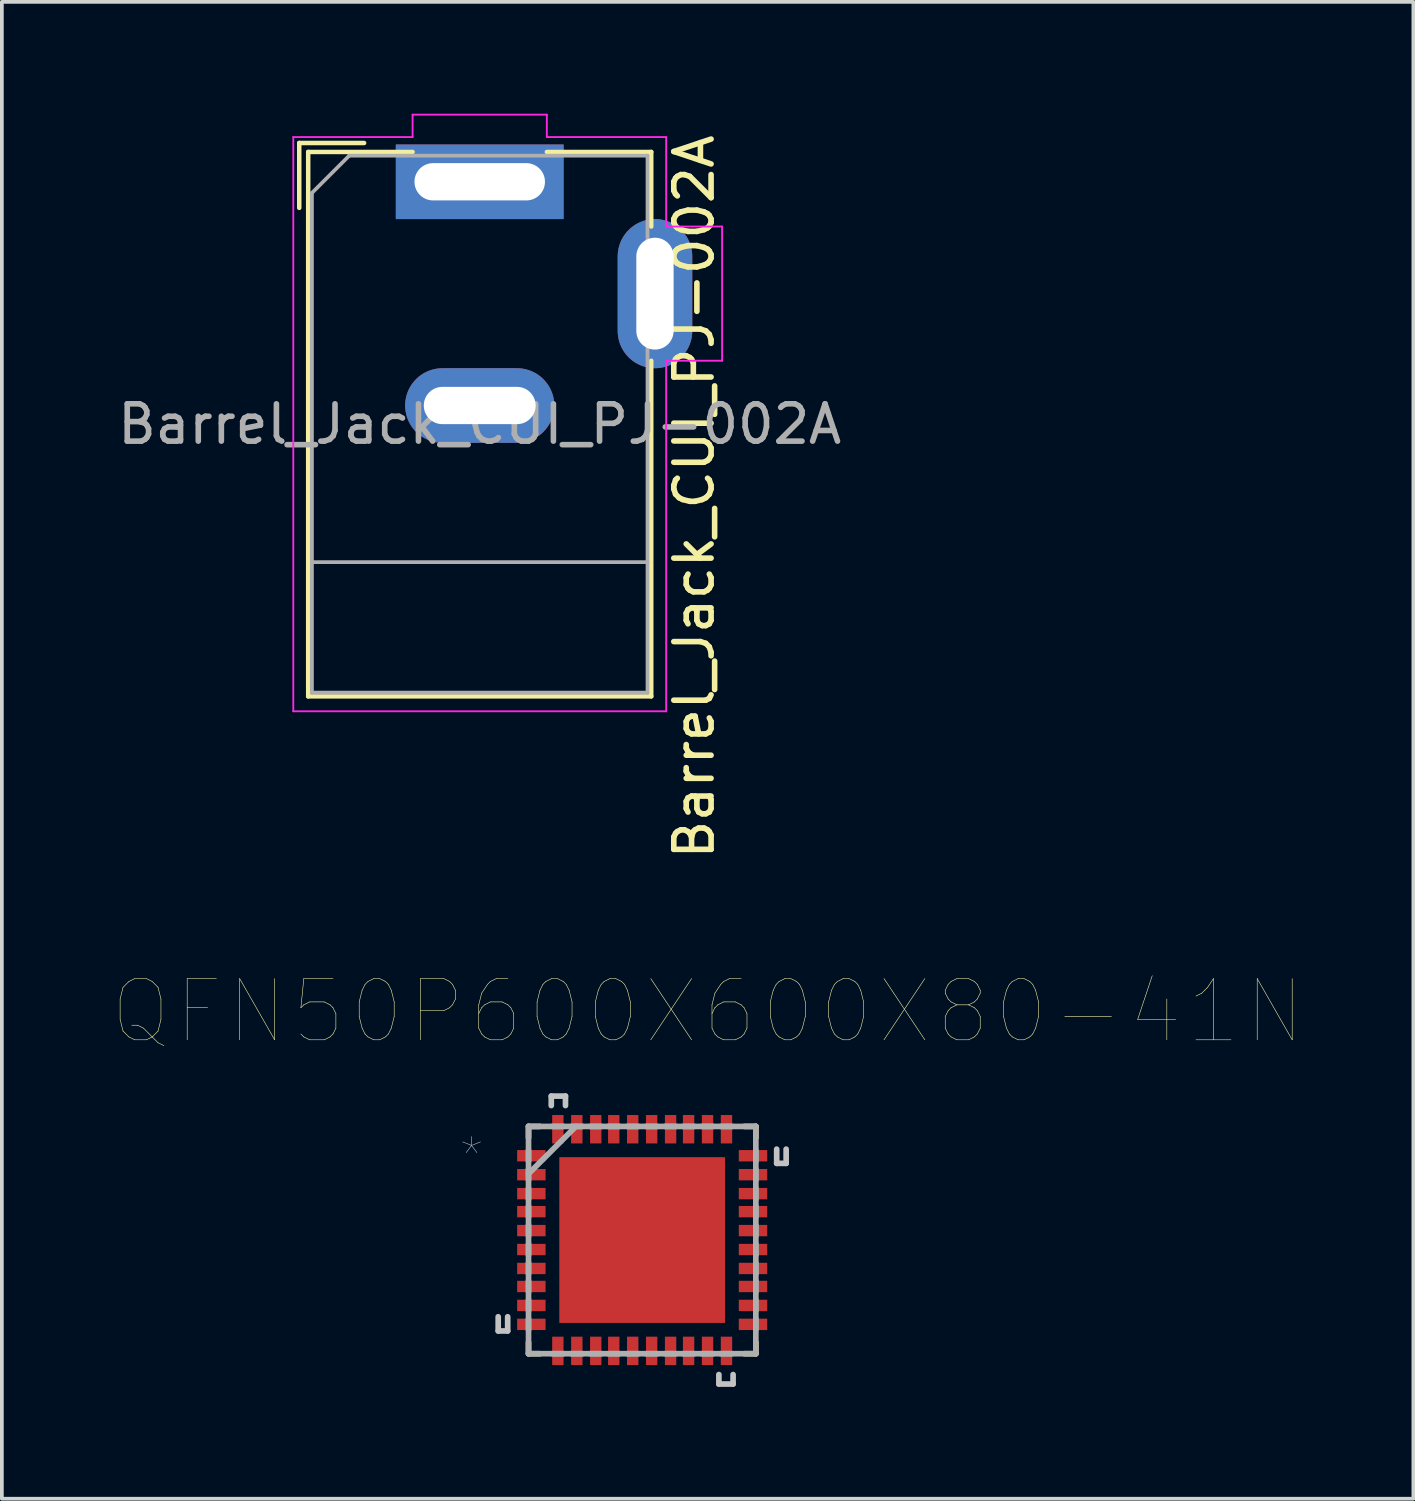
<source format=kicad_pcb>
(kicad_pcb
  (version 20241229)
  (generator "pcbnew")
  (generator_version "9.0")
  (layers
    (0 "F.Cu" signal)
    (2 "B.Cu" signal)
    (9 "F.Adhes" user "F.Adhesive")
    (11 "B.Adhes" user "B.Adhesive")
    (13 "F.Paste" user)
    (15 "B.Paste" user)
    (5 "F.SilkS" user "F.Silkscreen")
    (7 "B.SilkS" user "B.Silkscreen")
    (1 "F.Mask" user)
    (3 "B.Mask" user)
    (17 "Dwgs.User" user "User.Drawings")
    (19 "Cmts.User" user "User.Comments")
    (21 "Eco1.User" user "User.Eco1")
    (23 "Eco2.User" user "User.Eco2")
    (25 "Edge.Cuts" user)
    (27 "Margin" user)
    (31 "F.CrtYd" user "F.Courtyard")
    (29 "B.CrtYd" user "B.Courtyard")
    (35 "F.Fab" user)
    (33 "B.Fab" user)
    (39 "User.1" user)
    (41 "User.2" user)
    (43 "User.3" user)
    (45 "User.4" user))
  (footprint "Barrel_Jack_CUI_PJ-002A"
    (layer "F.Cu")
    (at 9.815 1.825)
    (property "Reference" "Barrel_Jack_CUI_PJ-002A" (at 5.75 8.45 90) (layer "F.SilkS") (effects (font (size 1 1) (thickness 0.15))))
    (attr through_hole)
    (fp_line (start -4.84 -1.04) (end -3.1 -1.04) (stroke (width 0.12) (type solid)) (layer "F.SilkS"))
    (fp_line (start -4.84 0.7) (end -4.84 -1.04) (stroke (width 0.12) (type solid)) (layer "F.SilkS"))
    (fp_line (start -4.6 -0.8) (end -1.8 -0.8) (stroke (width 0.12) (type solid)) (layer "F.SilkS"))
    (fp_line (start -4.6 13.8) (end -4.6 -0.8) (stroke (width 0.12) (type solid)) (layer "F.SilkS"))
    (fp_line (start 1.8 -0.8) (end 4.6 -0.8) (stroke (width 0.12) (type solid)) (layer "F.SilkS"))
    (fp_line (start 4.6 -0.8) (end 4.6 1.2) (stroke (width 0.12) (type solid)) (layer "F.SilkS"))
    (fp_line (start 4.6 4.8) (end 4.6 13.8) (stroke (width 0.12) (type solid)) (layer "F.SilkS"))
    (fp_line (start 4.6 13.8) (end -4.6 13.8) (stroke (width 0.12) (type solid)) (layer "F.SilkS"))
    (fp_line (start -5 -1.2) (end -1.8 -1.2) (stroke (width 0.05) (type solid)) (layer "F.CrtYd"))
    (fp_line (start -5 14.2) (end -5 -1.2) (stroke (width 0.05) (type solid)) (layer "F.CrtYd"))
    (fp_line (start -1.8 -1.8) (end 1.8 -1.8) (stroke (width 0.05) (type solid)) (layer "F.CrtYd"))
    (fp_line (start -1.8 -1.2) (end -1.8 -1.8) (stroke (width 0.05) (type solid)) (layer "F.CrtYd"))
    (fp_line (start 1.8 -1.8) (end 1.8 -1.2) (stroke (width 0.05) (type solid)) (layer "F.CrtYd"))
    (fp_line (start 1.8 -1.2) (end 5 -1.2) (stroke (width 0.05) (type solid)) (layer "F.CrtYd"))
    (fp_line (start 5 -1.2) (end 5 1.2) (stroke (width 0.05) (type solid)) (layer "F.CrtYd"))
    (fp_line (start 5 1.2) (end 6.5 1.2) (stroke (width 0.05) (type solid)) (layer "F.CrtYd"))
    (fp_line (start 5 4.8) (end 5 14.2) (stroke (width 0.05) (type solid)) (layer "F.CrtYd"))
    (fp_line (start 5 14.2) (end -5 14.2) (stroke (width 0.05) (type solid)) (layer "F.CrtYd"))
    (fp_line (start 6.5 1.2) (end 6.5 4.8) (stroke (width 0.05) (type solid)) (layer "F.CrtYd"))
    (fp_line (start 6.5 4.8) (end 5 4.8) (stroke (width 0.05) (type solid)) (layer "F.CrtYd"))
    (fp_line (start -4.5 0.3) (end -3.5 -0.7) (stroke (width 0.1) (type solid)) (layer "F.Fab"))
    (fp_line (start -4.5 10.2) (end 4.5 10.2) (stroke (width 0.1) (type solid)) (layer "F.Fab"))
    (fp_line (start -4.5 13.7) (end -4.5 0.3) (stroke (width 0.1) (type solid)) (layer "F.Fab"))
    (fp_line (start -3.5 -0.7) (end 4.5 -0.7) (stroke (width 0.1) (type solid)) (layer "F.Fab"))
    (fp_line (start 4.5 -0.7) (end 4.5 13.7) (stroke (width 0.1) (type solid)) (layer "F.Fab"))
    (fp_line (start 4.5 13.7) (end -4.5 13.7) (stroke (width 0.1) (type solid)) (layer "F.Fab"))
    (fp_text user "${REFERENCE}" (at 0 6.5 0) (layer "F.Fab") (effects (font (size 1 1) (thickness 0.15))))
    (pad "1" thru_hole rect (at 0 0) (size 4.5 2) (drill oval 3.5 1) (layers "*.Cu" "*.Mask"))
    (pad "2" thru_hole oval (at 0 6) (size 4 2) (drill oval 3 1) (layers "*.Cu" "*.Mask"))
    (pad "3" thru_hole oval (at 4.7 3) (size 2 4) (drill oval 1 3) (layers "*.Cu" "*.Mask")))
  (footprint "QFN50P600X600X80-41N"
    (layer "F.Cu")
    (at 14.172 30.206)
    (property "Reference" "QFN50P600X600X80-41N" (at 1.755 -6.129 0) (layer "F.SilkS") (effects (font (size 1.642 1.642) (thickness 0.015))))
    (attr through_hole)
    (fp_line (start -3.048 -3.048) (end -3.048 -2.743) (stroke (width 0.152) (type solid)) (layer "F.SilkS"))
    (fp_line (start -3.048 2.743) (end -3.048 3.048) (stroke (width 0.152) (type solid)) (layer "F.SilkS"))
    (fp_line (start -3.048 3.048) (end -2.743 3.048) (stroke (width 0.152) (type solid)) (layer "F.SilkS"))
    (fp_line (start -2.743 -3.048) (end -3.048 -3.048) (stroke (width 0.152) (type solid)) (layer "F.SilkS"))
    (fp_line (start 2.743 3.048) (end 3.048 3.048) (stroke (width 0.152) (type solid)) (layer "F.SilkS"))
    (fp_line (start 3.048 -3.048) (end 2.743 -3.048) (stroke (width 0.152) (type solid)) (layer "F.SilkS"))
    (fp_line (start 3.048 -2.743) (end 3.048 -3.048) (stroke (width 0.152) (type solid)) (layer "F.SilkS"))
    (fp_line (start 3.048 3.048) (end 3.048 2.743) (stroke (width 0.152) (type solid)) (layer "F.SilkS"))
    (fp_line (start -3.861 2.057) (end -3.861 2.438) (stroke (width 0.152) (type solid)) (layer "Dwgs.User"))
    (fp_line (start -3.861 2.438) (end -3.607 2.438) (stroke (width 0.152) (type solid)) (layer "Dwgs.User"))
    (fp_line (start -3.607 2.438) (end -3.607 2.057) (stroke (width 0.152) (type solid)) (layer "Dwgs.User"))
    (fp_line (start -2.438 -3.861) (end -2.057 -3.861) (stroke (width 0.152) (type solid)) (layer "Dwgs.User"))
    (fp_line (start -2.438 -3.607) (end -2.438 -3.861) (stroke (width 0.152) (type solid)) (layer "Dwgs.User"))
    (fp_line (start -2.057 -3.861) (end -2.057 -3.607) (stroke (width 0.152) (type solid)) (layer "Dwgs.User"))
    (fp_line (start 2.057 3.607) (end 2.057 3.861) (stroke (width 0.152) (type solid)) (layer "Dwgs.User"))
    (fp_line (start 2.057 3.861) (end 2.438 3.861) (stroke (width 0.152) (type solid)) (layer "Dwgs.User"))
    (fp_line (start 2.438 3.861) (end 2.438 3.607) (stroke (width 0.152) (type solid)) (layer "Dwgs.User"))
    (fp_line (start 3.607 -2.057) (end 3.607 -2.438) (stroke (width 0.152) (type solid)) (layer "Dwgs.User"))
    (fp_line (start 3.861 -2.438) (end 3.861 -2.057) (stroke (width 0.152) (type solid)) (layer "Dwgs.User"))
    (fp_line (start 3.861 -2.057) (end 3.607 -2.057) (stroke (width 0.152) (type solid)) (layer "Dwgs.User"))
    (fp_line (start -3.048 -3.048) (end -3.048 3.048) (stroke (width 0.152) (type solid)) (layer "F.Fab"))
    (fp_line (start -3.048 -2.413) (end -3.048 -2.108) (stroke (width 0.152) (type solid)) (layer "F.Fab"))
    (fp_line (start -3.048 -1.905) (end -3.048 -1.6) (stroke (width 0.152) (type solid)) (layer "F.Fab"))
    (fp_line (start -3.048 -1.778) (end -1.778 -3.048) (stroke (width 0.152) (type solid)) (layer "F.Fab"))
    (fp_line (start -3.048 -1.397) (end -3.048 -1.092) (stroke (width 0.152) (type solid)) (layer "F.Fab"))
    (fp_line (start -3.048 -0.914) (end -3.048 -0.61) (stroke (width 0.152) (type solid)) (layer "F.Fab"))
    (fp_line (start -3.048 -0.406) (end -3.048 -0.102) (stroke (width 0.152) (type solid)) (layer "F.Fab"))
    (fp_line (start -3.048 0.102) (end -3.048 0.406) (stroke (width 0.152) (type solid)) (layer "F.Fab"))
    (fp_line (start -3.048 0.61) (end -3.048 0.914) (stroke (width 0.152) (type solid)) (layer "F.Fab"))
    (fp_line (start -3.048 1.092) (end -3.048 1.397) (stroke (width 0.152) (type solid)) (layer "F.Fab"))
    (fp_line (start -3.048 1.6) (end -3.048 1.905) (stroke (width 0.152) (type solid)) (layer "F.Fab"))
    (fp_line (start -3.048 2.108) (end -3.048 2.413) (stroke (width 0.152) (type solid)) (layer "F.Fab"))
    (fp_line (start -3.048 3.048) (end 3.048 3.048) (stroke (width 0.152) (type solid)) (layer "F.Fab"))
    (fp_line (start -2.413 3.048) (end -2.108 3.048) (stroke (width 0.152) (type solid)) (layer "F.Fab"))
    (fp_line (start -2.108 -3.048) (end -2.413 -3.048) (stroke (width 0.152) (type solid)) (layer "F.Fab"))
    (fp_line (start -1.905 3.048) (end -1.6 3.048) (stroke (width 0.152) (type solid)) (layer "F.Fab"))
    (fp_line (start -1.6 -3.048) (end -1.905 -3.048) (stroke (width 0.152) (type solid)) (layer "F.Fab"))
    (fp_line (start -1.397 3.048) (end -1.092 3.048) (stroke (width 0.152) (type solid)) (layer "F.Fab"))
    (fp_line (start -1.092 -3.048) (end -1.397 -3.048) (stroke (width 0.152) (type solid)) (layer "F.Fab"))
    (fp_line (start -0.914 3.048) (end -0.61 3.048) (stroke (width 0.152) (type solid)) (layer "F.Fab"))
    (fp_line (start -0.61 -3.048) (end -0.914 -3.048) (stroke (width 0.152) (type solid)) (layer "F.Fab"))
    (fp_line (start -0.406 3.048) (end -0.102 3.048) (stroke (width 0.152) (type solid)) (layer "F.Fab"))
    (fp_line (start -0.102 -3.048) (end -0.406 -3.048) (stroke (width 0.152) (type solid)) (layer "F.Fab"))
    (fp_line (start 0.102 3.048) (end 0.406 3.048) (stroke (width 0.152) (type solid)) (layer "F.Fab"))
    (fp_line (start 0.406 -3.048) (end 0.102 -3.048) (stroke (width 0.152) (type solid)) (layer "F.Fab"))
    (fp_line (start 0.61 3.048) (end 0.914 3.048) (stroke (width 0.152) (type solid)) (layer "F.Fab"))
    (fp_line (start 0.914 -3.048) (end 0.61 -3.048) (stroke (width 0.152) (type solid)) (layer "F.Fab"))
    (fp_line (start 1.092 3.048) (end 1.397 3.048) (stroke (width 0.152) (type solid)) (layer "F.Fab"))
    (fp_line (start 1.397 -3.048) (end 1.092 -3.048) (stroke (width 0.152) (type solid)) (layer "F.Fab"))
    (fp_line (start 1.6 3.048) (end 1.905 3.048) (stroke (width 0.152) (type solid)) (layer "F.Fab"))
    (fp_line (start 1.905 -3.048) (end 1.6 -3.048) (stroke (width 0.152) (type solid)) (layer "F.Fab"))
    (fp_line (start 2.108 3.048) (end 2.413 3.048) (stroke (width 0.152) (type solid)) (layer "F.Fab"))
    (fp_line (start 2.413 -3.048) (end 2.108 -3.048) (stroke (width 0.152) (type solid)) (layer "F.Fab"))
    (fp_line (start 3.048 -3.048) (end -3.048 -3.048) (stroke (width 0.152) (type solid)) (layer "F.Fab"))
    (fp_line (start 3.048 -2.108) (end 3.048 -2.413) (stroke (width 0.152) (type solid)) (layer "F.Fab"))
    (fp_line (start 3.048 -1.6) (end 3.048 -1.905) (stroke (width 0.152) (type solid)) (layer "F.Fab"))
    (fp_line (start 3.048 -1.092) (end 3.048 -1.397) (stroke (width 0.152) (type solid)) (layer "F.Fab"))
    (fp_line (start 3.048 -0.61) (end 3.048 -0.914) (stroke (width 0.152) (type solid)) (layer "F.Fab"))
    (fp_line (start 3.048 -0.102) (end 3.048 -0.406) (stroke (width 0.152) (type solid)) (layer "F.Fab"))
    (fp_line (start 3.048 0.406) (end 3.048 0.102) (stroke (width 0.152) (type solid)) (layer "F.Fab"))
    (fp_line (start 3.048 0.914) (end 3.048 0.61) (stroke (width 0.152) (type solid)) (layer "F.Fab"))
    (fp_line (start 3.048 1.397) (end 3.048 1.092) (stroke (width 0.152) (type solid)) (layer "F.Fab"))
    (fp_line (start 3.048 1.905) (end 3.048 1.6) (stroke (width 0.152) (type solid)) (layer "F.Fab"))
    (fp_line (start 3.048 2.413) (end 3.048 2.108) (stroke (width 0.152) (type solid)) (layer "F.Fab"))
    (fp_line (start 3.048 3.048) (end 3.048 -3.048) (stroke (width 0.152) (type solid)) (layer "F.Fab"))
    (fp_text user "*" (at -4.576 -2.237 0) (layer "Dwgs.User") (effects (font (size 1.001 1.001) (thickness 0.015))))
    (pad "1" smd rect (at -2.972 -2.261) (size 0.762 0.305) (layers "F.Cu" "F.Mask" "F.Paste"))
    (pad "2" smd rect (at -2.972 -1.753) (size 0.762 0.305) (layers "F.Cu" "F.Mask" "F.Paste"))
    (pad "3" smd rect (at -2.972 -1.245) (size 0.762 0.305) (layers "F.Cu" "F.Mask" "F.Paste"))
    (pad "4" smd rect (at -2.972 -0.762) (size 0.762 0.305) (layers "F.Cu" "F.Mask" "F.Paste"))
    (pad "5" smd rect (at -2.972 -0.254) (size 0.762 0.305) (layers "F.Cu" "F.Mask" "F.Paste"))
    (pad "6" smd rect (at -2.972 0.254) (size 0.762 0.305) (layers "F.Cu" "F.Mask" "F.Paste"))
    (pad "7" smd rect (at -2.972 0.762) (size 0.762 0.305) (layers "F.Cu" "F.Mask" "F.Paste"))
    (pad "8" smd rect (at -2.972 1.245) (size 0.762 0.305) (layers "F.Cu" "F.Mask" "F.Paste"))
    (pad "9" smd rect (at -2.972 1.753) (size 0.762 0.305) (layers "F.Cu" "F.Mask" "F.Paste"))
    (pad "10" smd rect (at -2.972 2.261) (size 0.762 0.305) (layers "F.Cu" "F.Mask" "F.Paste"))
    (pad "11" smd rect (at -2.261 2.972) (size 0.305 0.762) (layers "F.Cu" "F.Mask" "F.Paste"))
    (pad "12" smd rect (at -1.753 2.972) (size 0.305 0.762) (layers "F.Cu" "F.Mask" "F.Paste"))
    (pad "13" smd rect (at -1.245 2.972) (size 0.305 0.762) (layers "F.Cu" "F.Mask" "F.Paste"))
    (pad "14" smd rect (at -0.762 2.972) (size 0.305 0.762) (layers "F.Cu" "F.Mask" "F.Paste"))
    (pad "15" smd rect (at -0.254 2.972) (size 0.305 0.762) (layers "F.Cu" "F.Mask" "F.Paste"))
    (pad "16" smd rect (at 0.254 2.972) (size 0.305 0.762) (layers "F.Cu" "F.Mask" "F.Paste"))
    (pad "17" smd rect (at 0.762 2.972) (size 0.305 0.762) (layers "F.Cu" "F.Mask" "F.Paste"))
    (pad "18" smd rect (at 1.245 2.972) (size 0.305 0.762) (layers "F.Cu" "F.Mask" "F.Paste"))
    (pad "19" smd rect (at 1.753 2.972) (size 0.305 0.762) (layers "F.Cu" "F.Mask" "F.Paste"))
    (pad "20" smd rect (at 2.261 2.972) (size 0.305 0.762) (layers "F.Cu" "F.Mask" "F.Paste"))
    (pad "21" smd rect (at 2.972 2.261) (size 0.762 0.305) (layers "F.Cu" "F.Mask" "F.Paste"))
    (pad "22" smd rect (at 2.972 1.753) (size 0.762 0.305) (layers "F.Cu" "F.Mask" "F.Paste"))
    (pad "23" smd rect (at 2.972 1.245) (size 0.762 0.305) (layers "F.Cu" "F.Mask" "F.Paste"))
    (pad "24" smd rect (at 2.972 0.762) (size 0.762 0.305) (layers "F.Cu" "F.Mask" "F.Paste"))
    (pad "25" smd rect (at 2.972 0.254) (size 0.762 0.305) (layers "F.Cu" "F.Mask" "F.Paste"))
    (pad "26" smd rect (at 2.972 -0.254) (size 0.762 0.305) (layers "F.Cu" "F.Mask" "F.Paste"))
    (pad "27" smd rect (at 2.972 -0.762) (size 0.762 0.305) (layers "F.Cu" "F.Mask" "F.Paste"))
    (pad "28" smd rect (at 2.972 -1.245) (size 0.762 0.305) (layers "F.Cu" "F.Mask" "F.Paste"))
    (pad "29" smd rect (at 2.972 -1.753) (size 0.762 0.305) (layers "F.Cu" "F.Mask" "F.Paste"))
    (pad "30" smd rect (at 2.972 -2.261) (size 0.762 0.305) (layers "F.Cu" "F.Mask" "F.Paste"))
    (pad "31" smd rect (at 2.261 -2.972) (size 0.305 0.762) (layers "F.Cu" "F.Mask" "F.Paste"))
    (pad "32" smd rect (at 1.753 -2.972) (size 0.305 0.762) (layers "F.Cu" "F.Mask" "F.Paste"))
    (pad "33" smd rect (at 1.245 -2.972) (size 0.305 0.762) (layers "F.Cu" "F.Mask" "F.Paste"))
    (pad "34" smd rect (at 0.762 -2.972) (size 0.305 0.762) (layers "F.Cu" "F.Mask" "F.Paste"))
    (pad "35" smd rect (at 0.254 -2.972) (size 0.305 0.762) (layers "F.Cu" "F.Mask" "F.Paste"))
    (pad "36" smd rect (at -0.254 -2.972) (size 0.305 0.762) (layers "F.Cu" "F.Mask" "F.Paste"))
    (pad "37" smd rect (at -0.762 -2.972) (size 0.305 0.762) (layers "F.Cu" "F.Mask" "F.Paste"))
    (pad "38" smd rect (at -1.245 -2.972) (size 0.305 0.762) (layers "F.Cu" "F.Mask" "F.Paste"))
    (pad "39" smd rect (at -1.753 -2.972) (size 0.305 0.762) (layers "F.Cu" "F.Mask" "F.Paste"))
    (pad "40" smd rect (at -2.261 -2.972) (size 0.305 0.762) (layers "F.Cu" "F.Mask" "F.Paste"))
    (pad "41" smd rect (at 0 0) (size 4.445 4.445) (layers "F.Cu" "F.Mask" "F.Paste")))
  (gr_rect
    (start -3 -3)
    (end 34.854 37.143)
    (stroke (width 0.1) (type default))
    (fill no)
    (layer "Edge.Cuts")))
</source>
